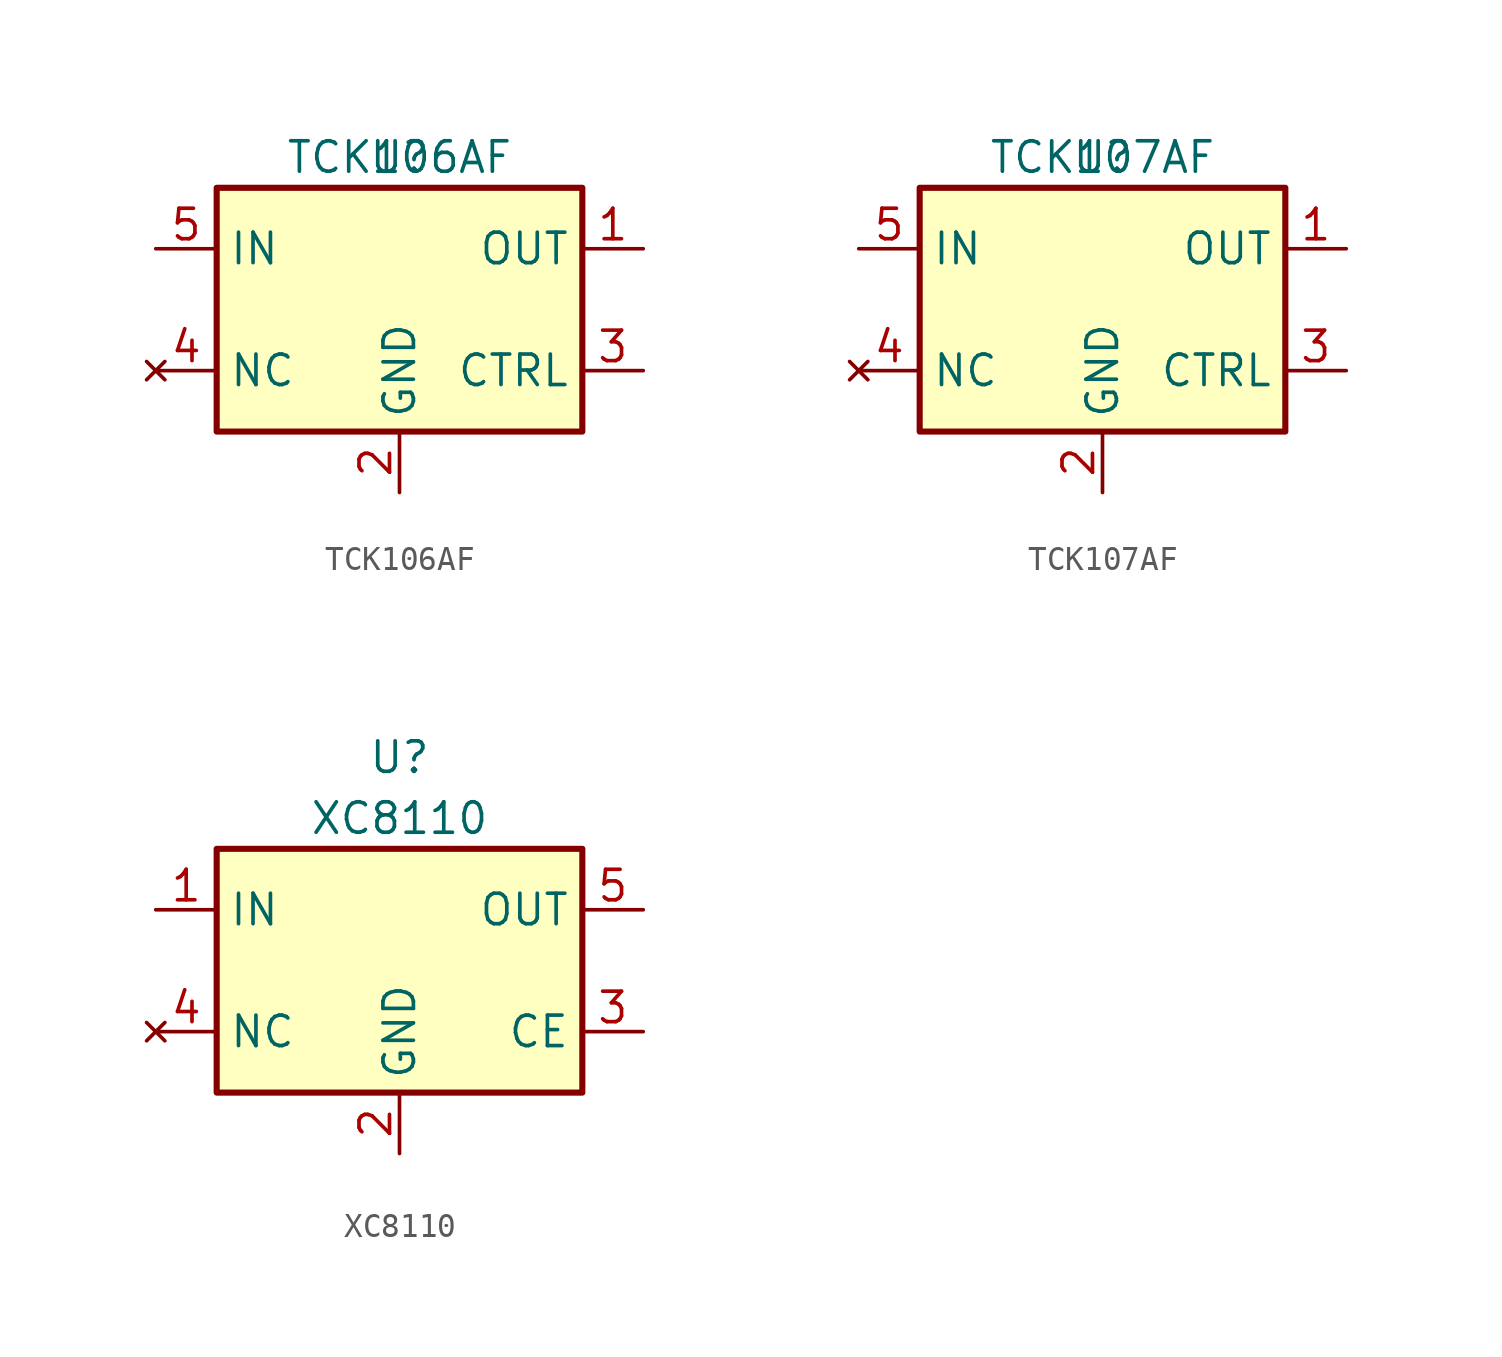
<source format=kicad_sym>
(kicad_symbol_lib
  (version 20220914)
  (generator kicad_symbol_editor)
  (symbol "TCK106AF"
    (property "Reference" "U"
      (at 0 0 0)
      (effects (font (size 1.27 1.27))))
    (property "Value" "TCK106AF"
      (at 0 0 0)
      (effects (font (size 1.27 1.27))))
    (symbol "TCK106AF_0_1"
      (rectangle (start -7.62 -1.27) (end 7.62 -11.43) (stroke (width 0.254) (type default)) (fill (type background))))
    (symbol "TCK106AF_1_1"
      (pin power_out line (at 10.16 -3.81 180) (length 2.54) (name "OUT" (effects (font (size 1.27 1.27)))) (number "1" (effects (font (size 1.27 1.27)))))
      (pin power_in line (at 0 -13.97 90) (length 2.54) (name "GND" (effects (font (size 1.27 1.27)))) (number "2" (effects (font (size 1.27 1.27)))))
      (pin passive line (at 10.16 -8.89 180) (length 2.54) (name "CTRL" (effects (font (size 1.27 1.27)))) (number "3" (effects (font (size 1.27 1.27)))))
      (pin no_connect line (at -10.16 -8.89 0) (length 2.54) (name "NC" (effects (font (size 1.27 1.27)))) (number "4" (effects (font (size 1.27 1.27)))))
      (pin power_in line (at -10.16 -3.81 0) (length 2.54) (name "IN" (effects (font (size 1.27 1.27)))) (number "5" (effects (font (size 1.27 1.27)))))))
  (symbol "TCK107AF"
    (property "Reference" "U"
      (at 0 0 0)
      (effects (font (size 1.27 1.27))))
    (property "Value" "TCK107AF"
      (at 0 0 0)
      (effects (font (size 1.27 1.27))))
    (symbol "TCK107AF_0_1"
      (rectangle (start -7.62 -1.27) (end 7.62 -11.43) (stroke (width 0.254) (type default)) (fill (type background))))
    (symbol "TCK107AF_1_1"
      (pin power_out line (at 10.16 -3.81 180) (length 2.54) (name "OUT" (effects (font (size 1.27 1.27)))) (number "1" (effects (font (size 1.27 1.27)))))
      (pin power_in line (at 0 -13.97 90) (length 2.54) (name "GND" (effects (font (size 1.27 1.27)))) (number "2" (effects (font (size 1.27 1.27)))))
      (pin passive line (at 10.16 -8.89 180) (length 2.54) (name "CTRL" (effects (font (size 1.27 1.27)))) (number "3" (effects (font (size 1.27 1.27)))))
      (pin no_connect line (at -10.16 -8.89 0) (length 2.54) (name "NC" (effects (font (size 1.27 1.27)))) (number "4" (effects (font (size 1.27 1.27)))))
      (pin power_in line (at -10.16 -3.81 0) (length 2.54) (name "IN" (effects (font (size 1.27 1.27)))) (number "5" (effects (font (size 1.27 1.27)))))))
  (symbol "XC8110"
    (property "Reference" "U"
      (at 0 8.89 0)
      (effects (font (size 1.27 1.27))))
    (property "Value" "XC8110"
      (at 0 6.35 0)
      (effects (font (size 1.27 1.27))))
    (symbol "XC8110_0_1"
      (rectangle (start -7.62 5.08) (end 7.62 -5.08) (stroke (width 0.254) (type default)) (fill (type background))))
    (symbol "XC8110_1_1"
      (pin power_in line (at -10.16 2.54 0) (length 2.54) (name "IN" (effects (font (size 1.27 1.27)))) (number "1" (effects (font (size 1.27 1.27)))))
      (pin power_in line (at 0 -7.62 90) (length 2.54) (name "GND" (effects (font (size 1.27 1.27)))) (number "2" (effects (font (size 1.27 1.27)))))
      (pin passive line (at 10.16 -2.54 180) (length 2.54) (name "CE" (effects (font (size 1.27 1.27)))) (number "3" (effects (font (size 1.27 1.27)))))
      (pin no_connect line (at -10.16 -2.54 0) (length 2.54) (name "NC" (effects (font (size 1.27 1.27)))) (number "4" (effects (font (size 1.27 1.27)))))
      (pin power_out line (at 10.16 2.54 180) (length 2.54) (name "OUT" (effects (font (size 1.27 1.27)))) (number "5" (effects (font (size 1.27 1.27))))))))
</source>
